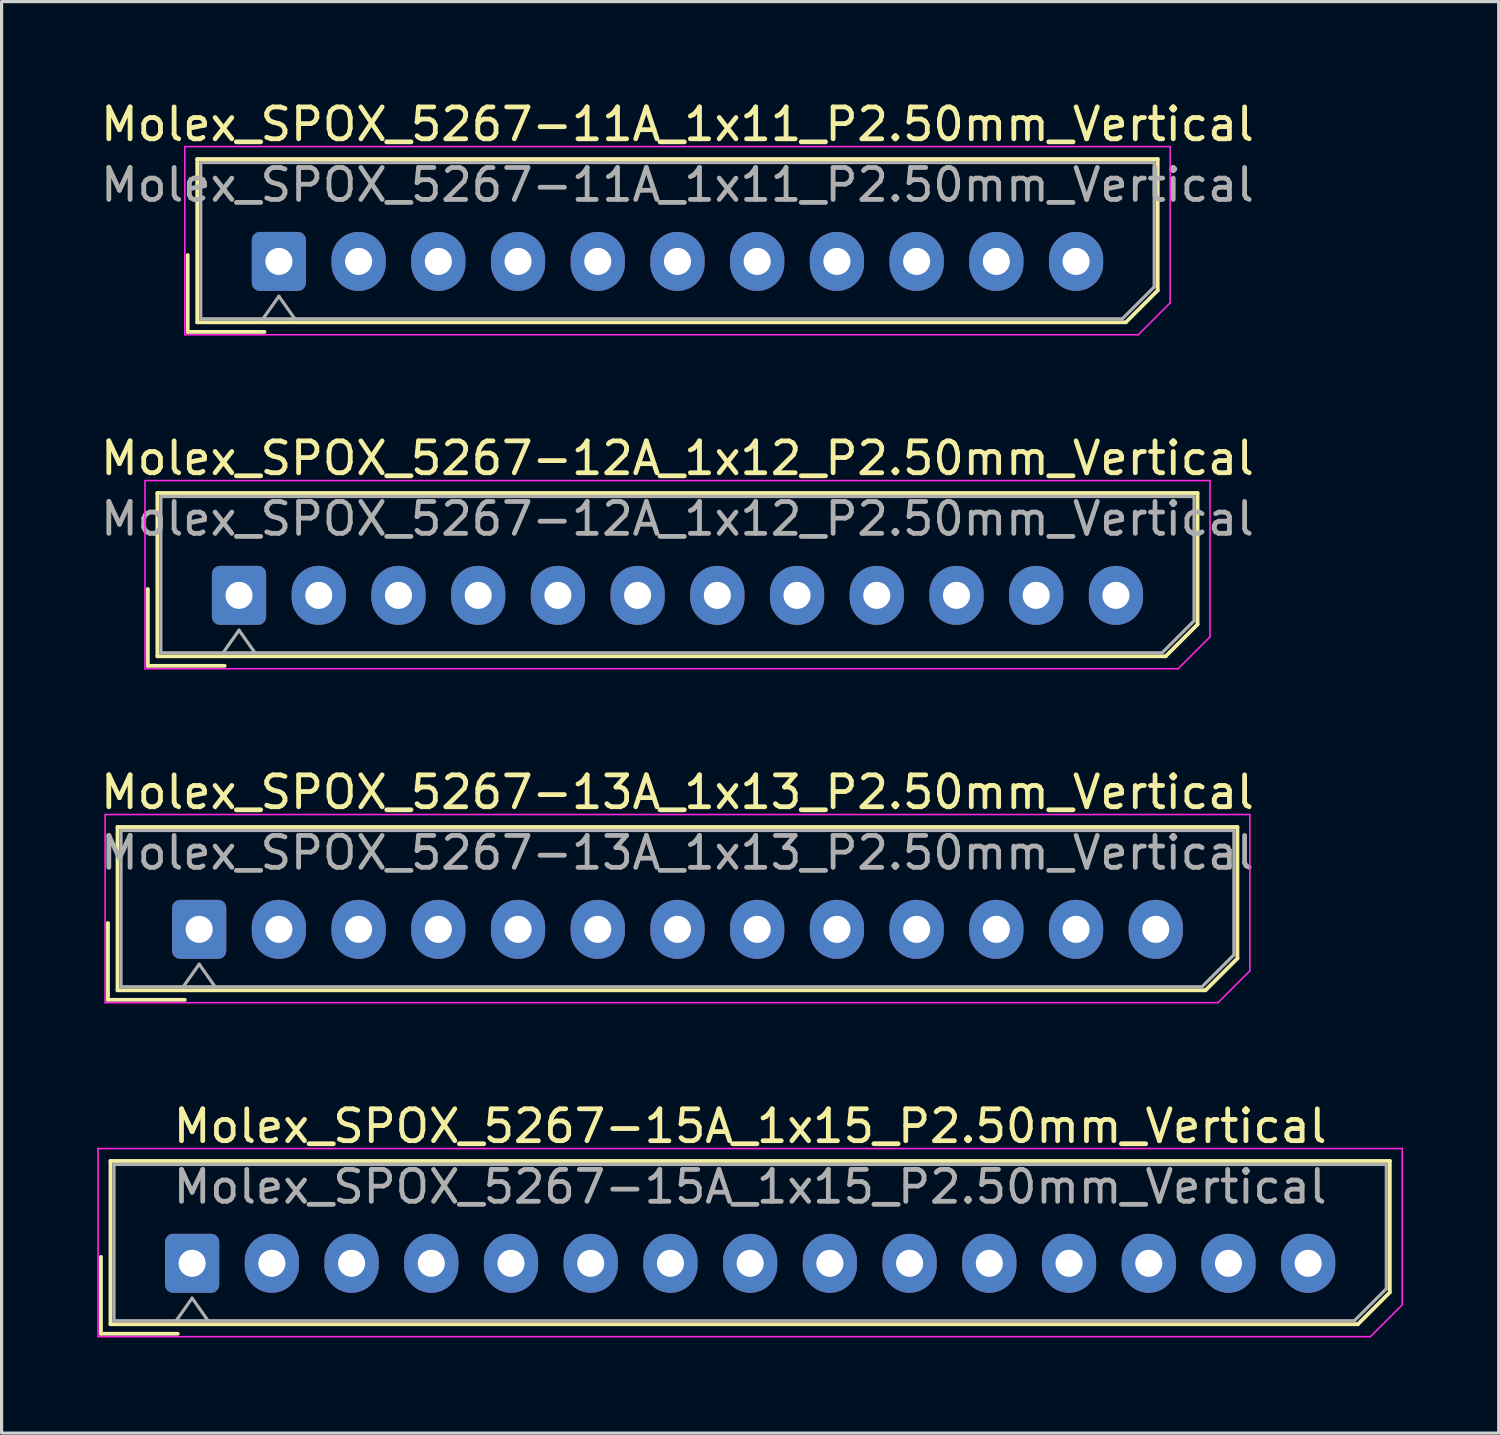
<source format=kicad_pcb>
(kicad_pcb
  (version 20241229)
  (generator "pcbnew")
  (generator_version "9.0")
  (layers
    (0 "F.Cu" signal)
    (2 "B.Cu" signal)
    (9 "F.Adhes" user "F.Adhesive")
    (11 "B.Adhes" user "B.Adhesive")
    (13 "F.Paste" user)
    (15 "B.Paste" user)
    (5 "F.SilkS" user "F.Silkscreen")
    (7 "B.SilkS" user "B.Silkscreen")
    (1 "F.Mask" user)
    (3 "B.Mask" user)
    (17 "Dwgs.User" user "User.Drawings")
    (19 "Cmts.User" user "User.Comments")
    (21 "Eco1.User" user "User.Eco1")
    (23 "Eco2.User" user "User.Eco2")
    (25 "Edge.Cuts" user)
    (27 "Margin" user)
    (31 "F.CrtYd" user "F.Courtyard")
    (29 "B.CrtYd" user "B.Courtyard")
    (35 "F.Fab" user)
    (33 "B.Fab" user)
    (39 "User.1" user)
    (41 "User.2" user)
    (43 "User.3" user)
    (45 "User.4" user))
  (footprint "Molex_SPOX_5267-11A_1x11_P2.50mm_Vertical"
    (layer "F.Cu")
    (at 5.696 5.148)
    (property "Reference" "Molex_SPOX_5267-11A_1x11_P2.50mm_Vertical" (at 12.5 -4.3 0) (layer "F.SilkS") (effects (font (size 1 1) (thickness 0.15))))
    (attr through_hole)
    (fp_line (start -2.86 -0.2) (end -2.86 2.21) (stroke (width 0.12) (type solid)) (layer "F.SilkS"))
    (fp_line (start -2.86 2.21) (end -0.45 2.21) (stroke (width 0.12) (type solid)) (layer "F.SilkS"))
    (fp_line (start -2.56 -3.21) (end -2.56 1.91) (stroke (width 0.12) (type solid)) (layer "F.SilkS"))
    (fp_line (start -2.56 1.91) (end 26.56 1.91) (stroke (width 0.12) (type solid)) (layer "F.SilkS"))
    (fp_line (start 26.56 1.91) (end 27.56 0.91) (stroke (width 0.12) (type solid)) (layer "F.SilkS"))
    (fp_line (start 27.56 -3.21) (end -2.56 -3.21) (stroke (width 0.12) (type solid)) (layer "F.SilkS"))
    (fp_line (start 27.56 0.91) (end 27.56 -3.21) (stroke (width 0.12) (type solid)) (layer "F.SilkS"))
    (fp_line (start -2.95 -3.6) (end -2.95 2.3) (stroke (width 0.05) (type solid)) (layer "F.CrtYd"))
    (fp_line (start -2.95 2.3) (end 26.95 2.3) (stroke (width 0.05) (type solid)) (layer "F.CrtYd"))
    (fp_line (start 26.95 2.3) (end 27.95 1.3) (stroke (width 0.05) (type solid)) (layer "F.CrtYd"))
    (fp_line (start 27.95 -3.6) (end -2.95 -3.6) (stroke (width 0.05) (type solid)) (layer "F.CrtYd"))
    (fp_line (start 27.95 1.3) (end 27.95 -3.6) (stroke (width 0.05) (type solid)) (layer "F.CrtYd"))
    (fp_line (start -2.45 -3.1) (end -2.45 1.8) (stroke (width 0.1) (type solid)) (layer "F.Fab"))
    (fp_line (start -2.45 1.8) (end 26.45 1.8) (stroke (width 0.1) (type solid)) (layer "F.Fab"))
    (fp_line (start -0.5 1.8) (end 0 1.093) (stroke (width 0.1) (type solid)) (layer "F.Fab"))
    (fp_line (start 0 1.093) (end 0.5 1.8) (stroke (width 0.1) (type solid)) (layer "F.Fab"))
    (fp_line (start 26.45 1.8) (end 27.45 0.8) (stroke (width 0.1) (type solid)) (layer "F.Fab"))
    (fp_line (start 27.45 -3.1) (end -2.45 -3.1) (stroke (width 0.1) (type solid)) (layer "F.Fab"))
    (fp_line (start 27.45 0.8) (end 27.45 -3.1) (stroke (width 0.1) (type solid)) (layer "F.Fab"))
    (fp_text user "${REFERENCE}" (at 12.5 -2.4 0) (layer "F.Fab") (effects (font (size 1 1) (thickness 0.15))))
    (pad "1" thru_hole roundrect (at 0 0) (size 1.7 1.85) (drill 0.85) (layers "*.Cu" "*.Mask") (roundrect_rratio 0.147))
    (pad "2" thru_hole oval (at 2.5 0) (size 1.7 1.85) (drill 0.85) (layers "*.Cu" "*.Mask"))
    (pad "3" thru_hole oval (at 5 0) (size 1.7 1.85) (drill 0.85) (layers "*.Cu" "*.Mask"))
    (pad "4" thru_hole oval (at 7.5 0) (size 1.7 1.85) (drill 0.85) (layers "*.Cu" "*.Mask"))
    (pad "5" thru_hole oval (at 10 0) (size 1.7 1.85) (drill 0.85) (layers "*.Cu" "*.Mask"))
    (pad "6" thru_hole oval (at 12.5 0) (size 1.7 1.85) (drill 0.85) (layers "*.Cu" "*.Mask"))
    (pad "7" thru_hole oval (at 15 0) (size 1.7 1.85) (drill 0.85) (layers "*.Cu" "*.Mask"))
    (pad "8" thru_hole oval (at 17.5 0) (size 1.7 1.85) (drill 0.85) (layers "*.Cu" "*.Mask"))
    (pad "9" thru_hole oval (at 20 0) (size 1.7 1.85) (drill 0.85) (layers "*.Cu" "*.Mask"))
    (pad "10" thru_hole oval (at 22.5 0) (size 1.7 1.85) (drill 0.85) (layers "*.Cu" "*.Mask"))
    (pad "11" thru_hole oval (at 25 0) (size 1.7 1.85) (drill 0.85) (layers "*.Cu" "*.Mask")))
  (footprint "Molex_SPOX_5267-12A_1x12_P2.50mm_Vertical"
    (layer "F.Cu")
    (at 4.446 15.621)
    (property "Reference" "Molex_SPOX_5267-12A_1x12_P2.50mm_Vertical" (at 13.75 -4.3 0) (layer "F.SilkS") (effects (font (size 1 1) (thickness 0.15))))
    (attr through_hole)
    (fp_line (start -2.86 -0.2) (end -2.86 2.21) (stroke (width 0.12) (type solid)) (layer "F.SilkS"))
    (fp_line (start -2.86 2.21) (end -0.45 2.21) (stroke (width 0.12) (type solid)) (layer "F.SilkS"))
    (fp_line (start -2.56 -3.21) (end -2.56 1.91) (stroke (width 0.12) (type solid)) (layer "F.SilkS"))
    (fp_line (start -2.56 1.91) (end 29.06 1.91) (stroke (width 0.12) (type solid)) (layer "F.SilkS"))
    (fp_line (start 29.06 1.91) (end 30.06 0.91) (stroke (width 0.12) (type solid)) (layer "F.SilkS"))
    (fp_line (start 30.06 -3.21) (end -2.56 -3.21) (stroke (width 0.12) (type solid)) (layer "F.SilkS"))
    (fp_line (start 30.06 0.91) (end 30.06 -3.21) (stroke (width 0.12) (type solid)) (layer "F.SilkS"))
    (fp_line (start -2.95 -3.6) (end -2.95 2.3) (stroke (width 0.05) (type solid)) (layer "F.CrtYd"))
    (fp_line (start -2.95 2.3) (end 29.45 2.3) (stroke (width 0.05) (type solid)) (layer "F.CrtYd"))
    (fp_line (start 29.45 2.3) (end 30.45 1.3) (stroke (width 0.05) (type solid)) (layer "F.CrtYd"))
    (fp_line (start 30.45 -3.6) (end -2.95 -3.6) (stroke (width 0.05) (type solid)) (layer "F.CrtYd"))
    (fp_line (start 30.45 1.3) (end 30.45 -3.6) (stroke (width 0.05) (type solid)) (layer "F.CrtYd"))
    (fp_line (start -2.45 -3.1) (end -2.45 1.8) (stroke (width 0.1) (type solid)) (layer "F.Fab"))
    (fp_line (start -2.45 1.8) (end 28.95 1.8) (stroke (width 0.1) (type solid)) (layer "F.Fab"))
    (fp_line (start -0.5 1.8) (end 0 1.093) (stroke (width 0.1) (type solid)) (layer "F.Fab"))
    (fp_line (start 0 1.093) (end 0.5 1.8) (stroke (width 0.1) (type solid)) (layer "F.Fab"))
    (fp_line (start 28.95 1.8) (end 29.95 0.8) (stroke (width 0.1) (type solid)) (layer "F.Fab"))
    (fp_line (start 29.95 -3.1) (end -2.45 -3.1) (stroke (width 0.1) (type solid)) (layer "F.Fab"))
    (fp_line (start 29.95 0.8) (end 29.95 -3.1) (stroke (width 0.1) (type solid)) (layer "F.Fab"))
    (fp_text user "${REFERENCE}" (at 13.75 -2.4 0) (layer "F.Fab") (effects (font (size 1 1) (thickness 0.15))))
    (pad "1" thru_hole roundrect (at 0 0) (size 1.7 1.85) (drill 0.85) (layers "*.Cu" "*.Mask") (roundrect_rratio 0.147))
    (pad "2" thru_hole oval (at 2.5 0) (size 1.7 1.85) (drill 0.85) (layers "*.Cu" "*.Mask"))
    (pad "3" thru_hole oval (at 5 0) (size 1.7 1.85) (drill 0.85) (layers "*.Cu" "*.Mask"))
    (pad "4" thru_hole oval (at 7.5 0) (size 1.7 1.85) (drill 0.85) (layers "*.Cu" "*.Mask"))
    (pad "5" thru_hole oval (at 10 0) (size 1.7 1.85) (drill 0.85) (layers "*.Cu" "*.Mask"))
    (pad "6" thru_hole oval (at 12.5 0) (size 1.7 1.85) (drill 0.85) (layers "*.Cu" "*.Mask"))
    (pad "7" thru_hole oval (at 15 0) (size 1.7 1.85) (drill 0.85) (layers "*.Cu" "*.Mask"))
    (pad "8" thru_hole oval (at 17.5 0) (size 1.7 1.85) (drill 0.85) (layers "*.Cu" "*.Mask"))
    (pad "9" thru_hole oval (at 20 0) (size 1.7 1.85) (drill 0.85) (layers "*.Cu" "*.Mask"))
    (pad "10" thru_hole oval (at 22.5 0) (size 1.7 1.85) (drill 0.85) (layers "*.Cu" "*.Mask"))
    (pad "11" thru_hole oval (at 25 0) (size 1.7 1.85) (drill 0.85) (layers "*.Cu" "*.Mask"))
    (pad "12" thru_hole oval (at 27.5 0) (size 1.7 1.85) (drill 0.85) (layers "*.Cu" "*.Mask")))
  (footprint "Molex_SPOX_5267-13A_1x13_P2.50mm_Vertical"
    (layer "F.Cu")
    (at 3.196 26.095)
    (property "Reference" "Molex_SPOX_5267-13A_1x13_P2.50mm_Vertical" (at 15 -4.3 0) (layer "F.SilkS") (effects (font (size 1 1) (thickness 0.15))))
    (attr through_hole)
    (fp_line (start -2.86 -0.2) (end -2.86 2.21) (stroke (width 0.12) (type solid)) (layer "F.SilkS"))
    (fp_line (start -2.86 2.21) (end -0.45 2.21) (stroke (width 0.12) (type solid)) (layer "F.SilkS"))
    (fp_line (start -2.56 -3.21) (end -2.56 1.91) (stroke (width 0.12) (type solid)) (layer "F.SilkS"))
    (fp_line (start -2.56 1.91) (end 31.56 1.91) (stroke (width 0.12) (type solid)) (layer "F.SilkS"))
    (fp_line (start 31.56 1.91) (end 32.56 0.91) (stroke (width 0.12) (type solid)) (layer "F.SilkS"))
    (fp_line (start 32.56 -3.21) (end -2.56 -3.21) (stroke (width 0.12) (type solid)) (layer "F.SilkS"))
    (fp_line (start 32.56 0.91) (end 32.56 -3.21) (stroke (width 0.12) (type solid)) (layer "F.SilkS"))
    (fp_line (start -2.95 -3.6) (end -2.95 2.3) (stroke (width 0.05) (type solid)) (layer "F.CrtYd"))
    (fp_line (start -2.95 2.3) (end 31.95 2.3) (stroke (width 0.05) (type solid)) (layer "F.CrtYd"))
    (fp_line (start 31.95 2.3) (end 32.95 1.3) (stroke (width 0.05) (type solid)) (layer "F.CrtYd"))
    (fp_line (start 32.95 -3.6) (end -2.95 -3.6) (stroke (width 0.05) (type solid)) (layer "F.CrtYd"))
    (fp_line (start 32.95 1.3) (end 32.95 -3.6) (stroke (width 0.05) (type solid)) (layer "F.CrtYd"))
    (fp_line (start -2.45 -3.1) (end -2.45 1.8) (stroke (width 0.1) (type solid)) (layer "F.Fab"))
    (fp_line (start -2.45 1.8) (end 31.45 1.8) (stroke (width 0.1) (type solid)) (layer "F.Fab"))
    (fp_line (start -0.5 1.8) (end 0 1.093) (stroke (width 0.1) (type solid)) (layer "F.Fab"))
    (fp_line (start 0 1.093) (end 0.5 1.8) (stroke (width 0.1) (type solid)) (layer "F.Fab"))
    (fp_line (start 31.45 1.8) (end 32.45 0.8) (stroke (width 0.1) (type solid)) (layer "F.Fab"))
    (fp_line (start 32.45 -3.1) (end -2.45 -3.1) (stroke (width 0.1) (type solid)) (layer "F.Fab"))
    (fp_line (start 32.45 0.8) (end 32.45 -3.1) (stroke (width 0.1) (type solid)) (layer "F.Fab"))
    (fp_text user "${REFERENCE}" (at 15 -2.4 0) (layer "F.Fab") (effects (font (size 1 1) (thickness 0.15))))
    (pad "1" thru_hole roundrect (at 0 0) (size 1.7 1.85) (drill 0.85) (layers "*.Cu" "*.Mask") (roundrect_rratio 0.147))
    (pad "2" thru_hole oval (at 2.5 0) (size 1.7 1.85) (drill 0.85) (layers "*.Cu" "*.Mask"))
    (pad "3" thru_hole oval (at 5 0) (size 1.7 1.85) (drill 0.85) (layers "*.Cu" "*.Mask"))
    (pad "4" thru_hole oval (at 7.5 0) (size 1.7 1.85) (drill 0.85) (layers "*.Cu" "*.Mask"))
    (pad "5" thru_hole oval (at 10 0) (size 1.7 1.85) (drill 0.85) (layers "*.Cu" "*.Mask"))
    (pad "6" thru_hole oval (at 12.5 0) (size 1.7 1.85) (drill 0.85) (layers "*.Cu" "*.Mask"))
    (pad "7" thru_hole oval (at 15 0) (size 1.7 1.85) (drill 0.85) (layers "*.Cu" "*.Mask"))
    (pad "8" thru_hole oval (at 17.5 0) (size 1.7 1.85) (drill 0.85) (layers "*.Cu" "*.Mask"))
    (pad "9" thru_hole oval (at 20 0) (size 1.7 1.85) (drill 0.85) (layers "*.Cu" "*.Mask"))
    (pad "10" thru_hole oval (at 22.5 0) (size 1.7 1.85) (drill 0.85) (layers "*.Cu" "*.Mask"))
    (pad "11" thru_hole oval (at 25 0) (size 1.7 1.85) (drill 0.85) (layers "*.Cu" "*.Mask"))
    (pad "12" thru_hole oval (at 27.5 0) (size 1.7 1.85) (drill 0.85) (layers "*.Cu" "*.Mask"))
    (pad "13" thru_hole oval (at 30 0) (size 1.7 1.85) (drill 0.85) (layers "*.Cu" "*.Mask")))
  (footprint "Molex_SPOX_5267-15A_1x15_P2.50mm_Vertical"
    (layer "F.Cu")
    (at 2.975 36.568)
    (property "Reference" "Molex_SPOX_5267-15A_1x15_P2.50mm_Vertical" (at 17.5 -4.3 0) (layer "F.SilkS") (effects (font (size 1 1) (thickness 0.15))))
    (attr through_hole)
    (fp_line (start -2.86 -0.2) (end -2.86 2.21) (stroke (width 0.12) (type solid)) (layer "F.SilkS"))
    (fp_line (start -2.86 2.21) (end -0.45 2.21) (stroke (width 0.12) (type solid)) (layer "F.SilkS"))
    (fp_line (start -2.56 -3.21) (end -2.56 1.91) (stroke (width 0.12) (type solid)) (layer "F.SilkS"))
    (fp_line (start -2.56 1.91) (end 36.56 1.91) (stroke (width 0.12) (type solid)) (layer "F.SilkS"))
    (fp_line (start 36.56 1.91) (end 37.56 0.91) (stroke (width 0.12) (type solid)) (layer "F.SilkS"))
    (fp_line (start 37.56 -3.21) (end -2.56 -3.21) (stroke (width 0.12) (type solid)) (layer "F.SilkS"))
    (fp_line (start 37.56 0.91) (end 37.56 -3.21) (stroke (width 0.12) (type solid)) (layer "F.SilkS"))
    (fp_line (start -2.95 -3.6) (end -2.95 2.3) (stroke (width 0.05) (type solid)) (layer "F.CrtYd"))
    (fp_line (start -2.95 2.3) (end 36.95 2.3) (stroke (width 0.05) (type solid)) (layer "F.CrtYd"))
    (fp_line (start 36.95 2.3) (end 37.95 1.3) (stroke (width 0.05) (type solid)) (layer "F.CrtYd"))
    (fp_line (start 37.95 -3.6) (end -2.95 -3.6) (stroke (width 0.05) (type solid)) (layer "F.CrtYd"))
    (fp_line (start 37.95 1.3) (end 37.95 -3.6) (stroke (width 0.05) (type solid)) (layer "F.CrtYd"))
    (fp_line (start -2.45 -3.1) (end -2.45 1.8) (stroke (width 0.1) (type solid)) (layer "F.Fab"))
    (fp_line (start -2.45 1.8) (end 36.45 1.8) (stroke (width 0.1) (type solid)) (layer "F.Fab"))
    (fp_line (start -0.5 1.8) (end 0 1.093) (stroke (width 0.1) (type solid)) (layer "F.Fab"))
    (fp_line (start 0 1.093) (end 0.5 1.8) (stroke (width 0.1) (type solid)) (layer "F.Fab"))
    (fp_line (start 36.45 1.8) (end 37.45 0.8) (stroke (width 0.1) (type solid)) (layer "F.Fab"))
    (fp_line (start 37.45 -3.1) (end -2.45 -3.1) (stroke (width 0.1) (type solid)) (layer "F.Fab"))
    (fp_line (start 37.45 0.8) (end 37.45 -3.1) (stroke (width 0.1) (type solid)) (layer "F.Fab"))
    (fp_text user "${REFERENCE}" (at 17.5 -2.4 0) (layer "F.Fab") (effects (font (size 1 1) (thickness 0.15))))
    (pad "1" thru_hole roundrect (at 0 0) (size 1.7 1.85) (drill 0.85) (layers "*.Cu" "*.Mask") (roundrect_rratio 0.147))
    (pad "2" thru_hole oval (at 2.5 0) (size 1.7 1.85) (drill 0.85) (layers "*.Cu" "*.Mask"))
    (pad "3" thru_hole oval (at 5 0) (size 1.7 1.85) (drill 0.85) (layers "*.Cu" "*.Mask"))
    (pad "4" thru_hole oval (at 7.5 0) (size 1.7 1.85) (drill 0.85) (layers "*.Cu" "*.Mask"))
    (pad "5" thru_hole oval (at 10 0) (size 1.7 1.85) (drill 0.85) (layers "*.Cu" "*.Mask"))
    (pad "6" thru_hole oval (at 12.5 0) (size 1.7 1.85) (drill 0.85) (layers "*.Cu" "*.Mask"))
    (pad "7" thru_hole oval (at 15 0) (size 1.7 1.85) (drill 0.85) (layers "*.Cu" "*.Mask"))
    (pad "8" thru_hole oval (at 17.5 0) (size 1.7 1.85) (drill 0.85) (layers "*.Cu" "*.Mask"))
    (pad "9" thru_hole oval (at 20 0) (size 1.7 1.85) (drill 0.85) (layers "*.Cu" "*.Mask"))
    (pad "10" thru_hole oval (at 22.5 0) (size 1.7 1.85) (drill 0.85) (layers "*.Cu" "*.Mask"))
    (pad "11" thru_hole oval (at 25 0) (size 1.7 1.85) (drill 0.85) (layers "*.Cu" "*.Mask"))
    (pad "12" thru_hole oval (at 27.5 0) (size 1.7 1.85) (drill 0.85) (layers "*.Cu" "*.Mask"))
    (pad "13" thru_hole oval (at 30 0) (size 1.7 1.85) (drill 0.85) (layers "*.Cu" "*.Mask"))
    (pad "14" thru_hole oval (at 32.5 0) (size 1.7 1.85) (drill 0.85) (layers "*.Cu" "*.Mask"))
    (pad "15" thru_hole oval (at 35 0) (size 1.7 1.85) (drill 0.85) (layers "*.Cu" "*.Mask")))
  (gr_rect
    (start -3 -3)
    (end 43.95 41.893)
    (stroke (width 0.1) (type default))
    (fill no)
    (layer "Edge.Cuts")))
</source>
